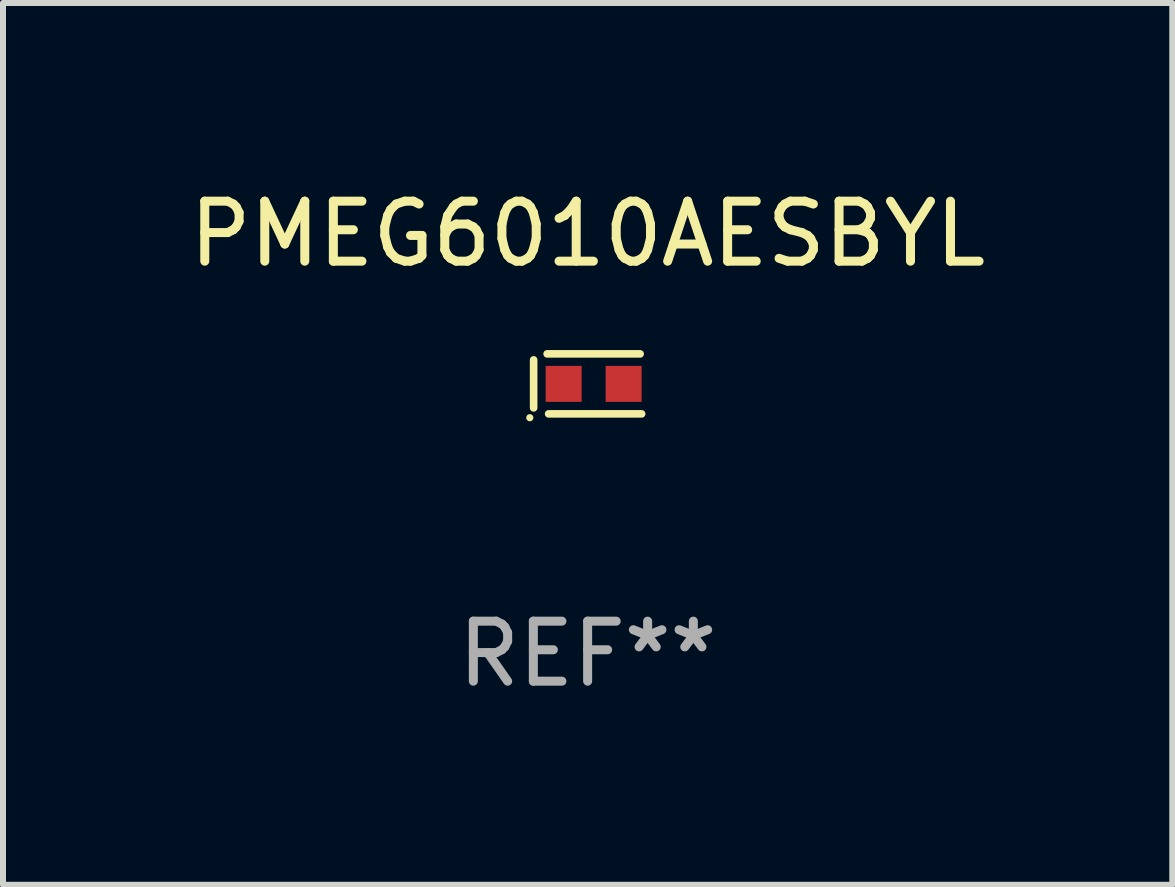
<source format=kicad_pcb>
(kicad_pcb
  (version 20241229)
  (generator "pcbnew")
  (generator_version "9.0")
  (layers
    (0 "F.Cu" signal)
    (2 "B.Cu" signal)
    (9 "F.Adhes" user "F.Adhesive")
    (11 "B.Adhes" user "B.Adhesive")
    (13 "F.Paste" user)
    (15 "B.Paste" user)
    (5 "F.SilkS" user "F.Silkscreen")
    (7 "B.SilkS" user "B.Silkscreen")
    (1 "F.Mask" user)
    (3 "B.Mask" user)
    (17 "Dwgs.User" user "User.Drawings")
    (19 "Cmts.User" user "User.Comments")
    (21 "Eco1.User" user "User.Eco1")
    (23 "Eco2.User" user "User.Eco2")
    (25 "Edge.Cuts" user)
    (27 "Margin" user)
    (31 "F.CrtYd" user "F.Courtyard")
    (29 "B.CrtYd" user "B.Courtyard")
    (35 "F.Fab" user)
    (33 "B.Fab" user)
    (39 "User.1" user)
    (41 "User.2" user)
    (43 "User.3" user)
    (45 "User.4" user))
  (footprint "PMEG6010AESBYL"
    (layer "F.Cu")
    (at 6.744 3.348)
    (property "Reference" "PMEG6010AESBYL" (at 0 -2.5 0) (layer "F.SilkS") (effects (font (size 1 1) (thickness 0.15))))
    (attr through_hole)
    (fp_line (start -0.9 -0.4) (end -0.9 0.4) (stroke (width 0.127) (type solid)) (layer "F.SilkS"))
    (fp_line (start -0.675 -0.5) (end 0.875 -0.5) (stroke (width 0.127) (type solid)) (layer "F.SilkS"))
    (fp_line (start -0.65 0.5) (end 0.9 0.5) (stroke (width 0.127) (type solid)) (layer "F.SilkS"))
    (fp_circle (center -0.964 0.564) (end -0.934 0.564) (stroke (width 0.06) (type solid)) (fill no) (layer "F.SilkS"))
    (fp_text user "REF**" (at 0 4.5 0) (layer "F.Fab") (effects (font (size 1 1) (thickness 0.15))))
    (pad "1" smd rect (at -0.4 0) (size 0.6 0.6) (layers "F.Cu" "F.Mask" "F.Paste"))
    (pad "2" smd rect (at 0.6 0) (size 0.6 0.6) (layers "F.Cu" "F.Mask" "F.Paste")))
  (gr_rect
    (start -3 -3)
    (end 16.488 11.697)
    (stroke (width 0.1) (type default))
    (fill no)
    (layer "Edge.Cuts")))
</source>
